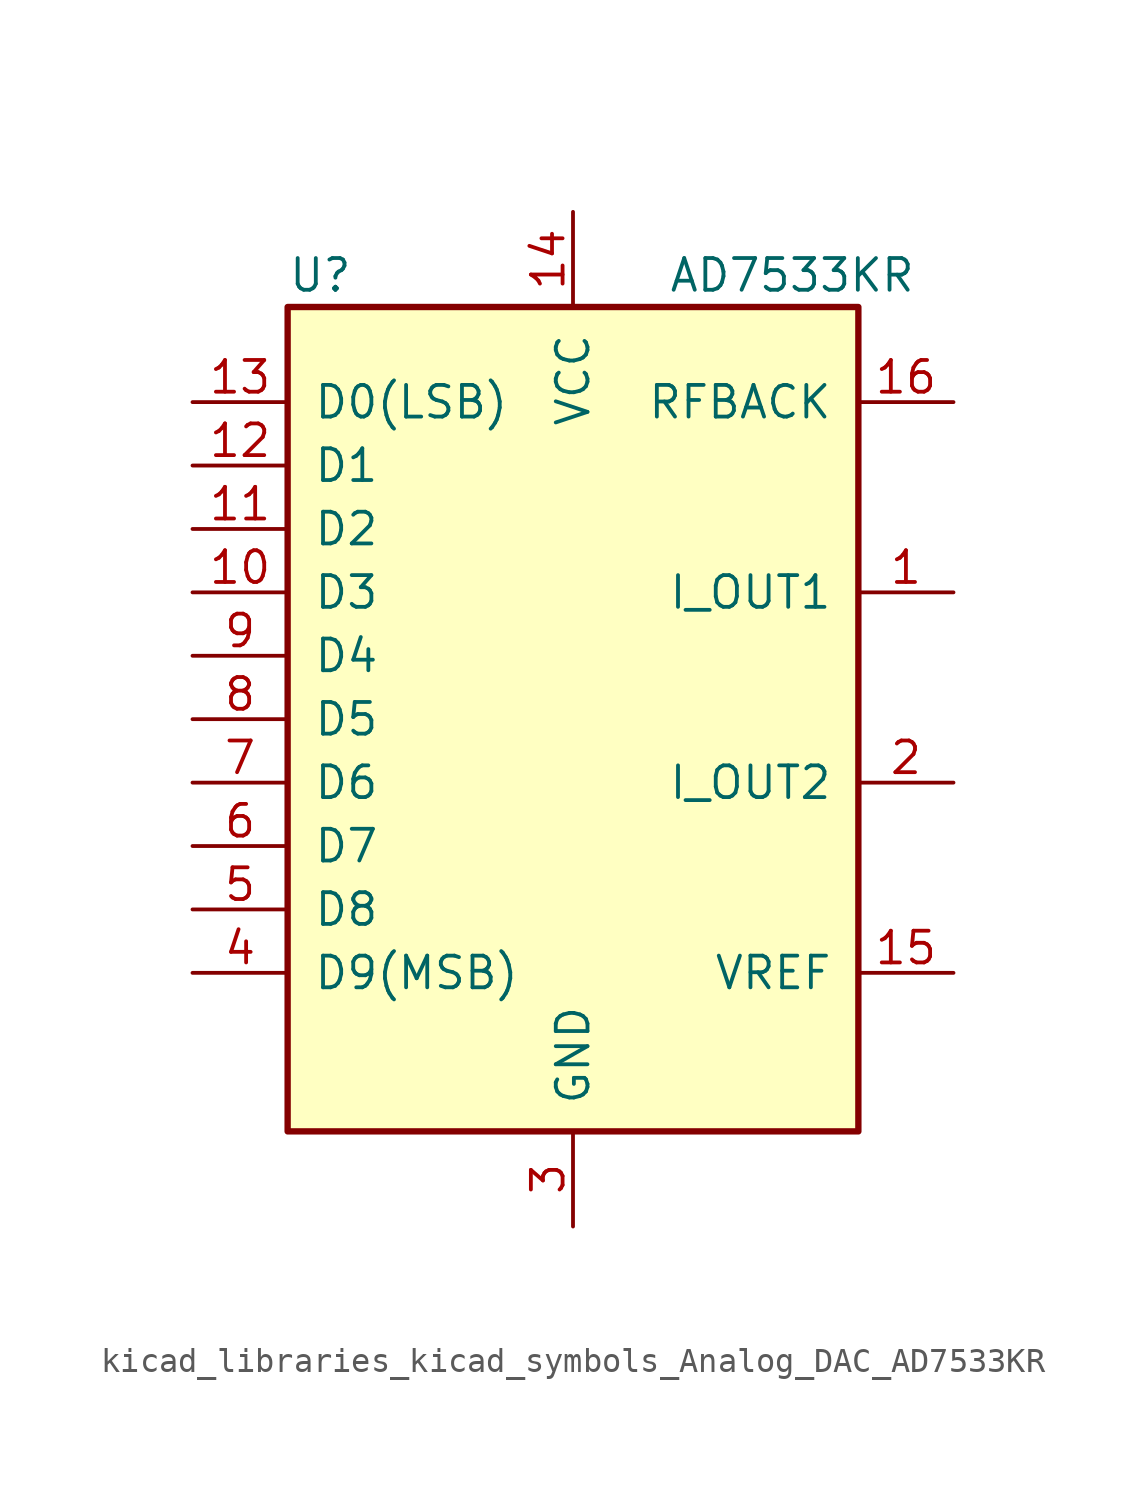
<source format=kicad_sym>
(kicad_symbol_lib
  (version 20220914)
  (generator kicad_symbol_editor)
  (symbol "kicad_libraries_kicad_symbols_Analog_DAC_AD7533KR"
    (pin_names
      (offset 1.016))
    (property "Reference" "U"
      (at -11.43 17.78 0)
      (effects (font (size 1.27 1.27)) (justify left)))
    (property "Value" "AD7533KR"
      (at 3.81 17.78 0)
      (effects (font (size 1.27 1.27)) (justify left)))
    (symbol "kicad_libraries_kicad_symbols_Analog_DAC_AD7533KR_0_1"
      (rectangle (start -11.43 -16.51) (end 11.43 16.51) (stroke (width 0.254) (type default)) (fill (type background))))
    (symbol "kicad_libraries_kicad_symbols_Analog_DAC_AD7533KR_1_1"
      (pin passive line (at 15.24 5.08 180) (length 3.81) (name "I_OUT1" (effects (font (size 1.27 1.27)))) (number "1" (effects (font (size 1.27 1.27)))))
      (pin input line (at -15.24 5.08 0) (length 3.81) (name "D3" (effects (font (size 1.27 1.27)))) (number "10" (effects (font (size 1.27 1.27)))))
      (pin input line (at -15.24 7.62 0) (length 3.81) (name "D2" (effects (font (size 1.27 1.27)))) (number "11" (effects (font (size 1.27 1.27)))))
      (pin input line (at -15.24 10.16 0) (length 3.81) (name "D1" (effects (font (size 1.27 1.27)))) (number "12" (effects (font (size 1.27 1.27)))))
      (pin input line (at -15.24 12.7 0) (length 3.81) (name "D0(LSB)" (effects (font (size 1.27 1.27)))) (number "13" (effects (font (size 1.27 1.27)))))
      (pin power_in line (at 0 20.32 270) (length 3.81) (name "VCC" (effects (font (size 1.27 1.27)))) (number "14" (effects (font (size 1.27 1.27)))))
      (pin passive line (at 15.24 -10.16 180) (length 3.81) (name "VREF" (effects (font (size 1.27 1.27)))) (number "15" (effects (font (size 1.27 1.27)))))
      (pin passive line (at 15.24 12.7 180) (length 3.81) (name "RFBACK" (effects (font (size 1.27 1.27)))) (number "16" (effects (font (size 1.27 1.27)))))
      (pin passive line (at 15.24 -2.54 180) (length 3.81) (name "I_OUT2" (effects (font (size 1.27 1.27)))) (number "2" (effects (font (size 1.27 1.27)))))
      (pin power_in line (at 0 -20.32 90) (length 3.81) (name "GND" (effects (font (size 1.27 1.27)))) (number "3" (effects (font (size 1.27 1.27)))))
      (pin input line (at -15.24 -10.16 0) (length 3.81) (name "D9(MSB)" (effects (font (size 1.27 1.27)))) (number "4" (effects (font (size 1.27 1.27)))))
      (pin input line (at -15.24 -7.62 0) (length 3.81) (name "D8" (effects (font (size 1.27 1.27)))) (number "5" (effects (font (size 1.27 1.27)))))
      (pin input line (at -15.24 -5.08 0) (length 3.81) (name "D7" (effects (font (size 1.27 1.27)))) (number "6" (effects (font (size 1.27 1.27)))))
      (pin input line (at -15.24 -2.54 0) (length 3.81) (name "D6" (effects (font (size 1.27 1.27)))) (number "7" (effects (font (size 1.27 1.27)))))
      (pin input line (at -15.24 0 0) (length 3.81) (name "D5" (effects (font (size 1.27 1.27)))) (number "8" (effects (font (size 1.27 1.27)))))
      (pin input line (at -15.24 2.54 0) (length 3.81) (name "D4" (effects (font (size 1.27 1.27)))) (number "9" (effects (font (size 1.27 1.27))))))))
</source>
